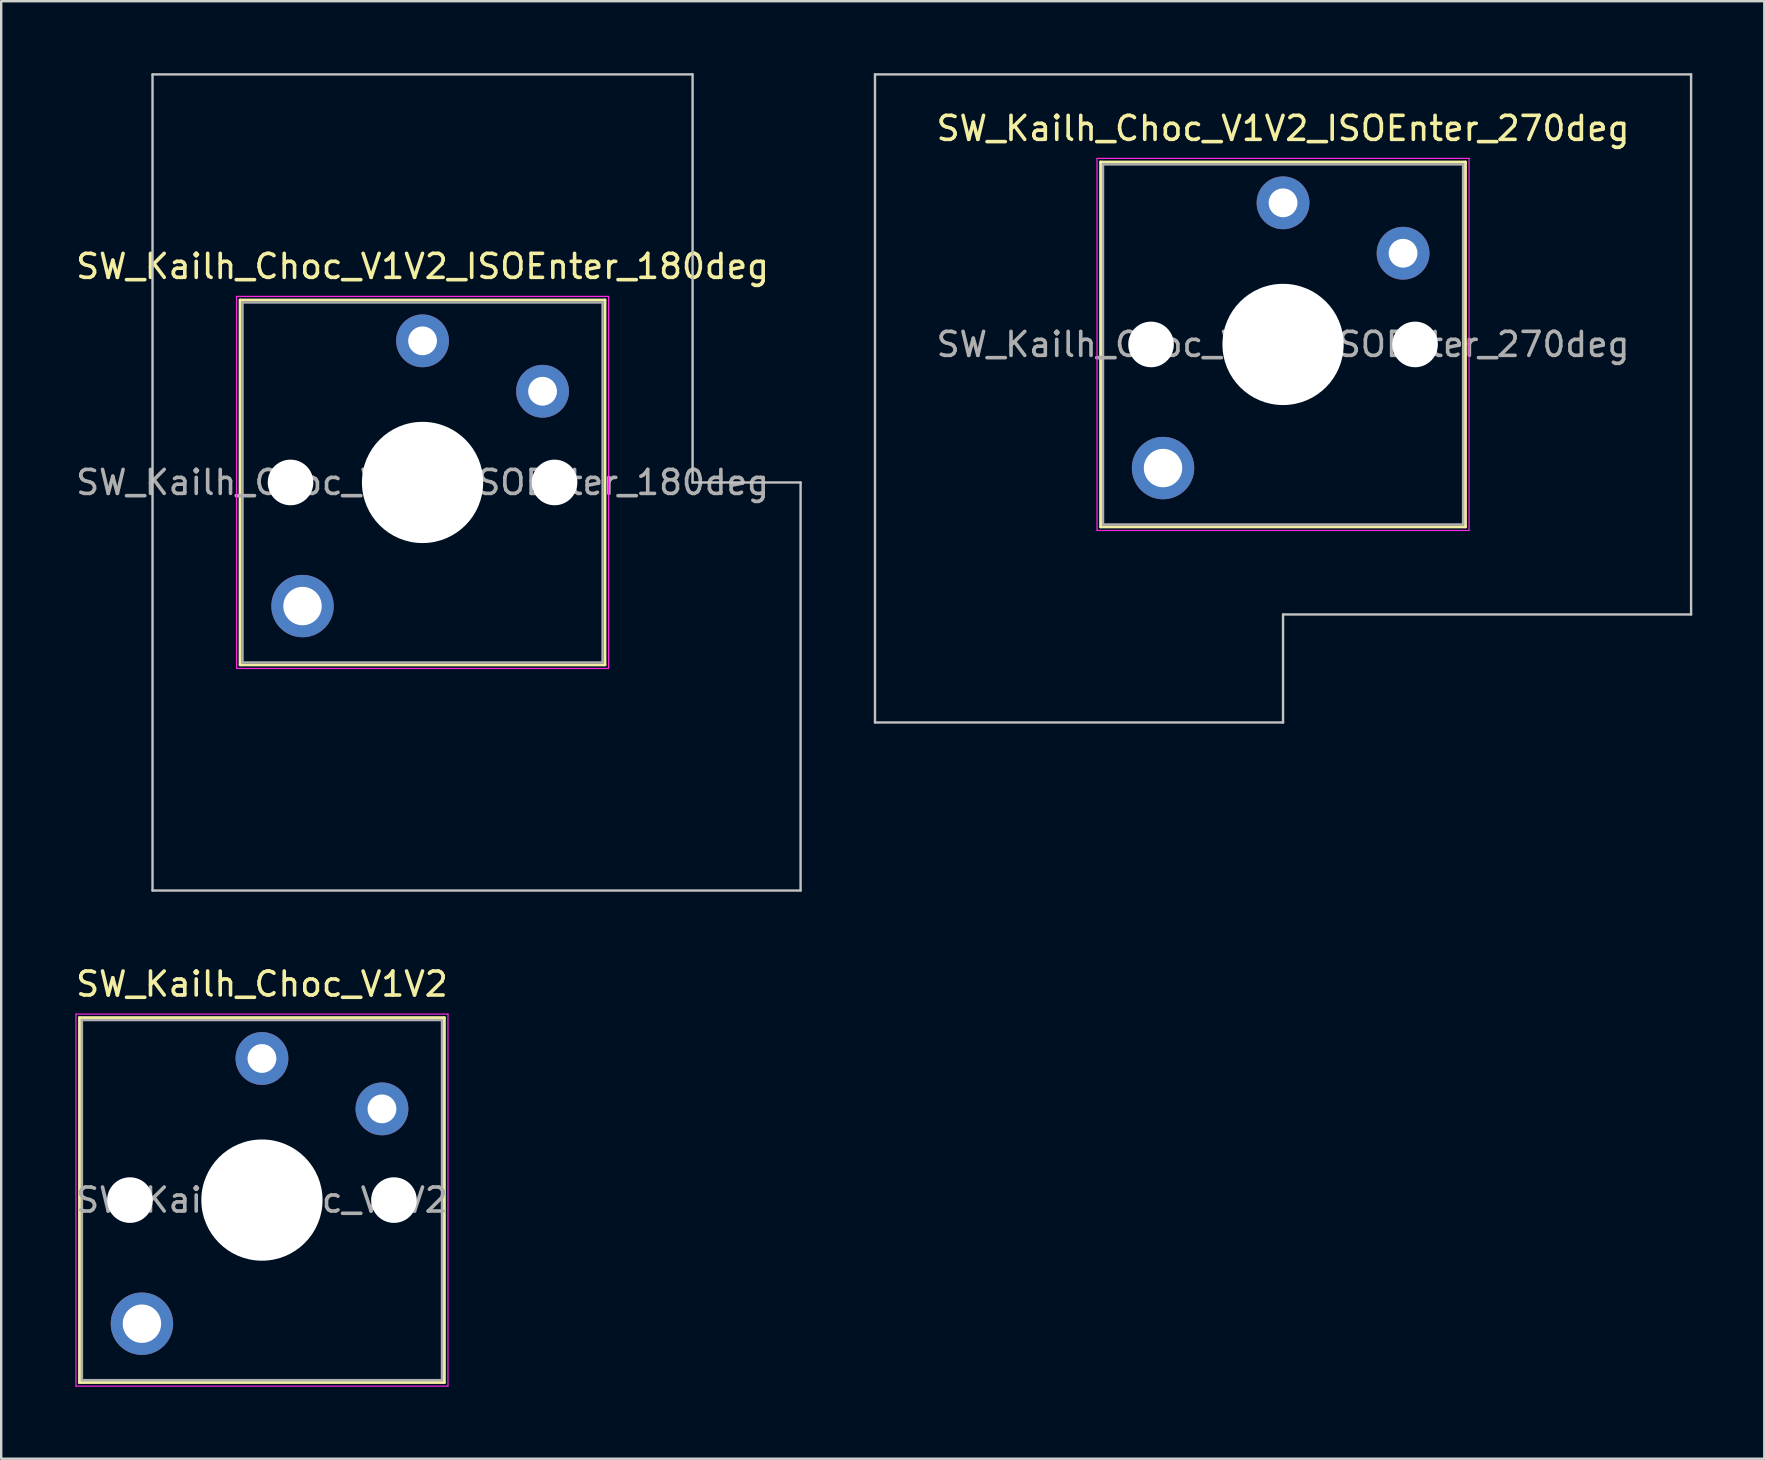
<source format=kicad_pcb>
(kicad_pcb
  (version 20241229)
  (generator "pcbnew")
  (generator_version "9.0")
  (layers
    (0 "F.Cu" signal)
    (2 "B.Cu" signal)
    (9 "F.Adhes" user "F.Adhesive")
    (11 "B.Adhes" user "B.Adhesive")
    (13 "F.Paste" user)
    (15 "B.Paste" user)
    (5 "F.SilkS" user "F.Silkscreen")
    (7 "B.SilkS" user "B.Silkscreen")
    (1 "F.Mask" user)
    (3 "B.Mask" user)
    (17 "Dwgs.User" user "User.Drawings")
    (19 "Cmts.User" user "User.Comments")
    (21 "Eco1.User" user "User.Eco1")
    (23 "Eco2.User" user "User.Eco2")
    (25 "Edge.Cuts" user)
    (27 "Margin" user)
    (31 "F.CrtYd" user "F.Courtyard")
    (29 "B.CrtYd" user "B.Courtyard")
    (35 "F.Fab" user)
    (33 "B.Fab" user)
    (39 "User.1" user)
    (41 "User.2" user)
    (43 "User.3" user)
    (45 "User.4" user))
  (footprint "SW_Kailh_Choc_V1V2_ISOEnter_180deg"
    (layer "F.Cu")
    (at 14.554 17.05)
    (property "Reference" "SW_Kailh_Choc_V1V2_ISOEnter_180deg" (at 0 -9 0) (layer "F.SilkS") (effects (font (size 1 1) (thickness 0.15))))
    (attr through_hole)
    (fp_line (start -7.6 -7.6) (end -7.6 7.6) (stroke (width 0.12) (type solid)) (layer "F.SilkS"))
    (fp_line (start -7.6 7.6) (end 7.6 7.6) (stroke (width 0.12) (type solid)) (layer "F.SilkS"))
    (fp_line (start 7.6 -7.6) (end -7.6 -7.6) (stroke (width 0.12) (type solid)) (layer "F.SilkS"))
    (fp_line (start 7.6 7.6) (end 7.6 -7.6) (stroke (width 0.12) (type solid)) (layer "F.SilkS"))
    (fp_line (start -11.25 -17) (end -11.25 17) (stroke (width 0.1) (type solid)) (layer "Dwgs.User"))
    (fp_line (start -11.25 17) (end 15.75 17) (stroke (width 0.1) (type solid)) (layer "Dwgs.User"))
    (fp_line (start 11.25 -17) (end -11.25 -17) (stroke (width 0.1) (type solid)) (layer "Dwgs.User"))
    (fp_line (start 11.25 0) (end 11.25 -17) (stroke (width 0.1) (type solid)) (layer "Dwgs.User"))
    (fp_line (start 15.75 0) (end 11.25 0) (stroke (width 0.1) (type solid)) (layer "Dwgs.User"))
    (fp_line (start 15.75 17) (end 15.75 0) (stroke (width 0.1) (type solid)) (layer "Dwgs.User"))
    (fp_line (start -7.25 -7.25) (end -7.25 7.25) (stroke (width 0.1) (type solid)) (layer "Eco1.User"))
    (fp_line (start -7.25 7.25) (end 7.25 7.25) (stroke (width 0.1) (type solid)) (layer "Eco1.User"))
    (fp_line (start 7.25 -7.25) (end -7.25 -7.25) (stroke (width 0.1) (type solid)) (layer "Eco1.User"))
    (fp_line (start 7.25 7.25) (end 7.25 -7.25) (stroke (width 0.1) (type solid)) (layer "Eco1.User"))
    (fp_line (start -7.75 -7.75) (end -7.75 7.75) (stroke (width 0.05) (type solid)) (layer "F.CrtYd"))
    (fp_line (start -7.75 7.75) (end 7.75 7.75) (stroke (width 0.05) (type solid)) (layer "F.CrtYd"))
    (fp_line (start 7.75 -7.75) (end -7.75 -7.75) (stroke (width 0.05) (type solid)) (layer "F.CrtYd"))
    (fp_line (start 7.75 7.75) (end 7.75 -7.75) (stroke (width 0.05) (type solid)) (layer "F.CrtYd"))
    (fp_line (start -7.5 -7.5) (end -7.5 7.5) (stroke (width 0.1) (type solid)) (layer "F.Fab"))
    (fp_line (start -7.5 7.5) (end 7.5 7.5) (stroke (width 0.1) (type solid)) (layer "F.Fab"))
    (fp_line (start 7.5 -7.5) (end -7.5 -7.5) (stroke (width 0.1) (type solid)) (layer "F.Fab"))
    (fp_line (start 7.5 7.5) (end 7.5 -7.5) (stroke (width 0.1) (type solid)) (layer "F.Fab"))
    (fp_text user "${REFERENCE}" (at 0 0 0) (layer "F.Fab") (effects (font (size 1 1) (thickness 0.15))))
    (pad "" np_thru_hole circle (at -5.5 0) (size 1.9 1.9) (drill 1.9) (layers "*.Cu" "*.Mask"))
    (pad "" smd circle (at -5 5.15) (size 1.65 1.65) (layers "F.Mask"))
    (pad "" thru_hole circle (at -5 5.15) (size 2.6 2.6) (drill 1.6) (layers "*.Cu" "B.Mask"))
    (pad "" smd circle (at 0 -5.9) (size 1.25 1.25) (layers "F.Mask"))
    (pad "" np_thru_hole circle (at 0 0) (size 5.05 5.05) (drill 5.05) (layers "*.Cu" "*.Mask"))
    (pad "" smd circle (at 5 -3.8) (size 1.25 1.25) (layers "F.Mask"))
    (pad "" np_thru_hole circle (at 5.5 0) (size 1.9 1.9) (drill 1.9) (layers "*.Cu" "*.Mask"))
    (pad "1" thru_hole circle (at 0 -5.9) (size 2.2 2.2) (drill 1.2) (layers "*.Cu" "B.Mask"))
    (pad "2" thru_hole circle (at 5 -3.8) (size 2.2 2.2) (drill 1.2) (layers "*.Cu" "B.Mask")))
  (footprint "SW_Kailh_Choc_V1V2"
    (layer "F.Cu")
    (at 7.863 46.948)
    (property "Reference" "SW_Kailh_Choc_V1V2" (at 0 -9 0) (layer "F.SilkS") (effects (font (size 1 1) (thickness 0.15))))
    (attr through_hole)
    (fp_line (start -7.6 -7.6) (end -7.6 7.6) (stroke (width 0.12) (type solid)) (layer "F.SilkS"))
    (fp_line (start -7.6 7.6) (end 7.6 7.6) (stroke (width 0.12) (type solid)) (layer "F.SilkS"))
    (fp_line (start 7.6 -7.6) (end -7.6 -7.6) (stroke (width 0.12) (type solid)) (layer "F.SilkS"))
    (fp_line (start 7.6 7.6) (end 7.6 -7.6) (stroke (width 0.12) (type solid)) (layer "F.SilkS"))
    (fp_line (start -7.25 -7.25) (end -7.25 7.25) (stroke (width 0.1) (type solid)) (layer "Eco1.User"))
    (fp_line (start -7.25 7.25) (end 7.25 7.25) (stroke (width 0.1) (type solid)) (layer "Eco1.User"))
    (fp_line (start 7.25 -7.25) (end -7.25 -7.25) (stroke (width 0.1) (type solid)) (layer "Eco1.User"))
    (fp_line (start 7.25 7.25) (end 7.25 -7.25) (stroke (width 0.1) (type solid)) (layer "Eco1.User"))
    (fp_line (start -7.75 -7.75) (end -7.75 7.75) (stroke (width 0.05) (type solid)) (layer "F.CrtYd"))
    (fp_line (start -7.75 7.75) (end 7.75 7.75) (stroke (width 0.05) (type solid)) (layer "F.CrtYd"))
    (fp_line (start 7.75 -7.75) (end -7.75 -7.75) (stroke (width 0.05) (type solid)) (layer "F.CrtYd"))
    (fp_line (start 7.75 7.75) (end 7.75 -7.75) (stroke (width 0.05) (type solid)) (layer "F.CrtYd"))
    (fp_line (start -7.5 -7.5) (end -7.5 7.5) (stroke (width 0.1) (type solid)) (layer "F.Fab"))
    (fp_line (start -7.5 7.5) (end 7.5 7.5) (stroke (width 0.1) (type solid)) (layer "F.Fab"))
    (fp_line (start 7.5 -7.5) (end -7.5 -7.5) (stroke (width 0.1) (type solid)) (layer "F.Fab"))
    (fp_line (start 7.5 7.5) (end 7.5 -7.5) (stroke (width 0.1) (type solid)) (layer "F.Fab"))
    (fp_text user "${REFERENCE}" (at 0 0 0) (layer "F.Fab") (effects (font (size 1 1) (thickness 0.15))))
    (pad "" np_thru_hole circle (at -5.5 0) (size 1.9 1.9) (drill 1.9) (layers "*.Cu" "*.Mask"))
    (pad "" smd circle (at -5 5.15) (size 1.65 1.65) (layers "F.Mask"))
    (pad "" thru_hole circle (at -5 5.15) (size 2.6 2.6) (drill 1.6) (layers "*.Cu" "B.Mask"))
    (pad "" smd circle (at 0 -5.9) (size 1.25 1.25) (layers "F.Mask"))
    (pad "" np_thru_hole circle (at 0 0) (size 5.05 5.05) (drill 5.05) (layers "*.Cu" "*.Mask"))
    (pad "" smd circle (at 5 -3.8) (size 1.25 1.25) (layers "F.Mask"))
    (pad "" np_thru_hole circle (at 5.5 0) (size 1.9 1.9) (drill 1.9) (layers "*.Cu" "*.Mask"))
    (pad "1" thru_hole circle (at 0 -5.9) (size 2.2 2.2) (drill 1.2) (layers "*.Cu" "B.Mask"))
    (pad "2" thru_hole circle (at 5 -3.8) (size 2.2 2.2) (drill 1.2) (layers "*.Cu" "B.Mask")))
  (footprint "SW_Kailh_Choc_V1V2_ISOEnter_270deg"
    (layer "F.Cu")
    (at 50.404 11.3)
    (property "Reference" "SW_Kailh_Choc_V1V2_ISOEnter_270deg" (at 0 -9 0) (layer "F.SilkS") (effects (font (size 1 1) (thickness 0.15))))
    (attr through_hole)
    (fp_line (start -7.6 -7.6) (end -7.6 7.6) (stroke (width 0.12) (type solid)) (layer "F.SilkS"))
    (fp_line (start -7.6 7.6) (end 7.6 7.6) (stroke (width 0.12) (type solid)) (layer "F.SilkS"))
    (fp_line (start 7.6 -7.6) (end -7.6 -7.6) (stroke (width 0.12) (type solid)) (layer "F.SilkS"))
    (fp_line (start 7.6 7.6) (end 7.6 -7.6) (stroke (width 0.12) (type solid)) (layer "F.SilkS"))
    (fp_line (start -17 -11.25) (end -17 15.75) (stroke (width 0.1) (type solid)) (layer "Dwgs.User"))
    (fp_line (start -17 15.75) (end 0 15.75) (stroke (width 0.1) (type solid)) (layer "Dwgs.User"))
    (fp_line (start 0 11.25) (end 17 11.25) (stroke (width 0.1) (type solid)) (layer "Dwgs.User"))
    (fp_line (start 0 15.75) (end 0 11.25) (stroke (width 0.1) (type solid)) (layer "Dwgs.User"))
    (fp_line (start 17 -11.25) (end -17 -11.25) (stroke (width 0.1) (type solid)) (layer "Dwgs.User"))
    (fp_line (start 17 11.25) (end 17 -11.25) (stroke (width 0.1) (type solid)) (layer "Dwgs.User"))
    (fp_line (start -7.25 -7.25) (end -7.25 7.25) (stroke (width 0.1) (type solid)) (layer "Eco1.User"))
    (fp_line (start -7.25 7.25) (end 7.25 7.25) (stroke (width 0.1) (type solid)) (layer "Eco1.User"))
    (fp_line (start 7.25 -7.25) (end -7.25 -7.25) (stroke (width 0.1) (type solid)) (layer "Eco1.User"))
    (fp_line (start 7.25 7.25) (end 7.25 -7.25) (stroke (width 0.1) (type solid)) (layer "Eco1.User"))
    (fp_line (start -7.75 -7.75) (end -7.75 7.75) (stroke (width 0.05) (type solid)) (layer "F.CrtYd"))
    (fp_line (start -7.75 7.75) (end 7.75 7.75) (stroke (width 0.05) (type solid)) (layer "F.CrtYd"))
    (fp_line (start 7.75 -7.75) (end -7.75 -7.75) (stroke (width 0.05) (type solid)) (layer "F.CrtYd"))
    (fp_line (start 7.75 7.75) (end 7.75 -7.75) (stroke (width 0.05) (type solid)) (layer "F.CrtYd"))
    (fp_line (start -7.5 -7.5) (end -7.5 7.5) (stroke (width 0.1) (type solid)) (layer "F.Fab"))
    (fp_line (start -7.5 7.5) (end 7.5 7.5) (stroke (width 0.1) (type solid)) (layer "F.Fab"))
    (fp_line (start 7.5 -7.5) (end -7.5 -7.5) (stroke (width 0.1) (type solid)) (layer "F.Fab"))
    (fp_line (start 7.5 7.5) (end 7.5 -7.5) (stroke (width 0.1) (type solid)) (layer "F.Fab"))
    (fp_text user "${REFERENCE}" (at 0 0 0) (layer "F.Fab") (effects (font (size 1 1) (thickness 0.15))))
    (pad "" np_thru_hole circle (at -5.5 0) (size 1.9 1.9) (drill 1.9) (layers "*.Cu" "*.Mask"))
    (pad "" smd circle (at -5 5.15) (size 1.65 1.65) (layers "F.Mask"))
    (pad "" thru_hole circle (at -5 5.15) (size 2.6 2.6) (drill 1.6) (layers "*.Cu" "B.Mask"))
    (pad "" smd circle (at 0 -5.9) (size 1.25 1.25) (layers "F.Mask"))
    (pad "" np_thru_hole circle (at 0 0) (size 5.05 5.05) (drill 5.05) (layers "*.Cu" "*.Mask"))
    (pad "" smd circle (at 5 -3.8) (size 1.25 1.25) (layers "F.Mask"))
    (pad "" np_thru_hole circle (at 5.5 0) (size 1.9 1.9) (drill 1.9) (layers "*.Cu" "*.Mask"))
    (pad "1" thru_hole circle (at 0 -5.9) (size 2.2 2.2) (drill 1.2) (layers "*.Cu" "B.Mask"))
    (pad "2" thru_hole circle (at 5 -3.8) (size 2.2 2.2) (drill 1.2) (layers "*.Cu" "B.Mask")))
  (gr_rect
    (start -3 -3)
    (end 70.454 57.723)
    (stroke (width 0.1) (type default))
    (fill no)
    (layer "Edge.Cuts")))
</source>
